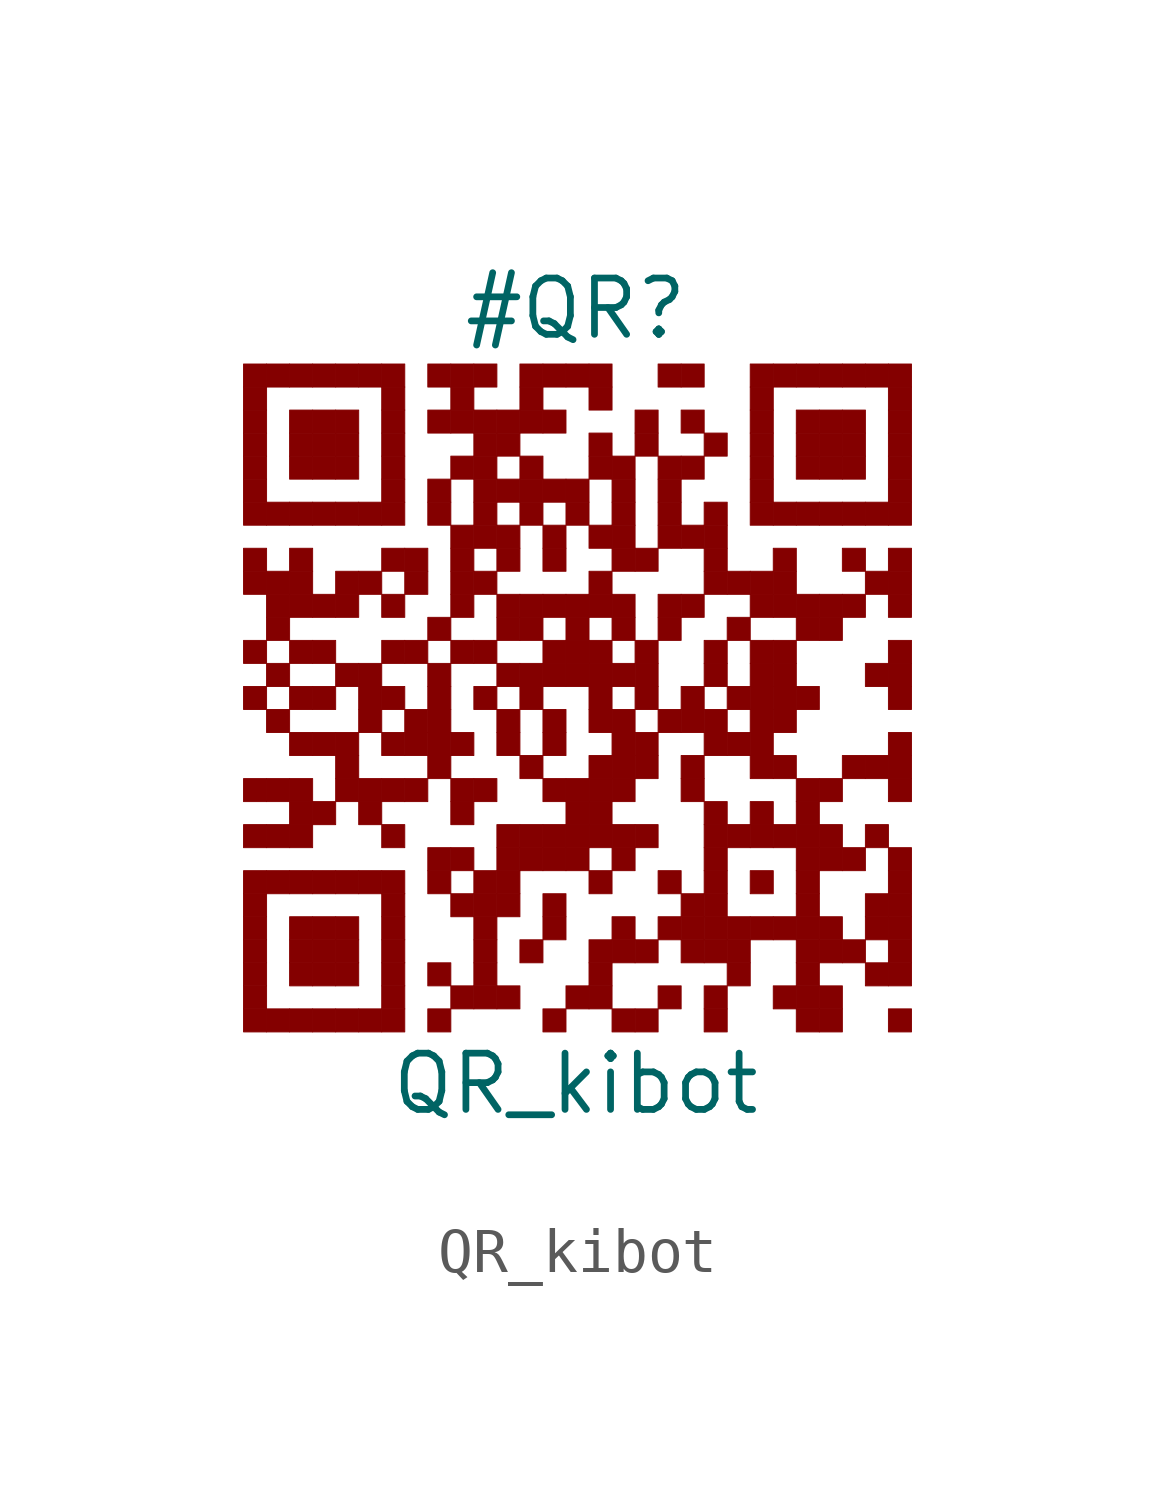
<source format=kicad_sym>
(kicad_symbol_lib
  (version 20211014)
  (generator kibot)
  (symbol "QR_kibot"
    (pin_numbers hide)
    (pin_names hide)
    (property "Reference" "#QR"
      (at 0 8.75 0))
    (property "Value" "QR_kibot"
      (at 0 -8.75 0))
    (rectangle
      (start -7.5 7.5)
      (end -6.98 6.98)
      (stroke (width 0.001) (type default))
      (fill (type outline)))
    (rectangle
      (start -6.98 7.5)
      (end -6.46 6.98)
      (stroke (width 0.001) (type default))
      (fill (type outline)))
    (rectangle
      (start -6.46 7.5)
      (end -5.94 6.98)
      (stroke (width 0.001) (type default))
      (fill (type outline)))
    (rectangle
      (start -5.94 7.5)
      (end -5.42 6.98)
      (stroke (width 0.001) (type default))
      (fill (type outline)))
    (rectangle
      (start -5.42 7.5)
      (end -4.9 6.98)
      (stroke (width 0.001) (type default))
      (fill (type outline)))
    (rectangle
      (start -4.9 7.5)
      (end -4.38 6.98)
      (stroke (width 0.001) (type default))
      (fill (type outline)))
    (rectangle
      (start -4.38 7.5)
      (end -3.86 6.98)
      (stroke (width 0.001) (type default))
      (fill (type outline)))
    (rectangle
      (start -3.34 7.5)
      (end -2.82 6.98)
      (stroke (width 0.001) (type default))
      (fill (type outline)))
    (rectangle
      (start -2.82 7.5)
      (end -2.3 6.98)
      (stroke (width 0.001) (type default))
      (fill (type outline)))
    (rectangle
      (start -2.3 7.5)
      (end -1.78 6.98)
      (stroke (width 0.001) (type default))
      (fill (type outline)))
    (rectangle
      (start -1.26 7.5)
      (end -0.74 6.98)
      (stroke (width 0.001) (type default))
      (fill (type outline)))
    (rectangle
      (start -0.74 7.5)
      (end -0.22 6.98)
      (stroke (width 0.001) (type default))
      (fill (type outline)))
    (rectangle
      (start -0.22 7.5)
      (end 0.3 6.98)
      (stroke (width 0.001) (type default))
      (fill (type outline)))
    (rectangle
      (start 0.3 7.5)
      (end 0.82 6.98)
      (stroke (width 0.001) (type default))
      (fill (type outline)))
    (rectangle
      (start 1.86 7.5)
      (end 2.38 6.98)
      (stroke (width 0.001) (type default))
      (fill (type outline)))
    (rectangle
      (start 2.38 7.5)
      (end 2.9 6.98)
      (stroke (width 0.001) (type default))
      (fill (type outline)))
    (rectangle
      (start 3.94 7.5)
      (end 4.46 6.98)
      (stroke (width 0.001) (type default))
      (fill (type outline)))
    (rectangle
      (start 4.46 7.5)
      (end 4.98 6.98)
      (stroke (width 0.001) (type default))
      (fill (type outline)))
    (rectangle
      (start 4.98 7.5)
      (end 5.5 6.98)
      (stroke (width 0.001) (type default))
      (fill (type outline)))
    (rectangle
      (start 5.5 7.5)
      (end 6.02 6.98)
      (stroke (width 0.001) (type default))
      (fill (type outline)))
    (rectangle
      (start 6.02 7.5)
      (end 6.54 6.98)
      (stroke (width 0.001) (type default))
      (fill (type outline)))
    (rectangle
      (start 6.54 7.5)
      (end 7.06 6.98)
      (stroke (width 0.001) (type default))
      (fill (type outline)))
    (rectangle
      (start 7.06 7.5)
      (end 7.58 6.98)
      (stroke (width 0.001) (type default))
      (fill (type outline)))
    (rectangle
      (start -7.5 6.98)
      (end -6.98 6.46)
      (stroke (width 0.001) (type default))
      (fill (type outline)))
    (rectangle
      (start -4.38 6.98)
      (end -3.86 6.46)
      (stroke (width 0.001) (type default))
      (fill (type outline)))
    (rectangle
      (start -2.82 6.98)
      (end -2.3 6.46)
      (stroke (width 0.001) (type default))
      (fill (type outline)))
    (rectangle
      (start -1.26 6.98)
      (end -0.74 6.46)
      (stroke (width 0.001) (type default))
      (fill (type outline)))
    (rectangle
      (start 0.3 6.98)
      (end 0.82 6.46)
      (stroke (width 0.001) (type default))
      (fill (type outline)))
    (rectangle
      (start 3.94 6.98)
      (end 4.46 6.46)
      (stroke (width 0.001) (type default))
      (fill (type outline)))
    (rectangle
      (start 7.06 6.98)
      (end 7.58 6.46)
      (stroke (width 0.001) (type default))
      (fill (type outline)))
    (rectangle
      (start -7.5 6.46)
      (end -6.98 5.94)
      (stroke (width 0.001) (type default))
      (fill (type outline)))
    (rectangle
      (start -6.46 6.46)
      (end -5.94 5.94)
      (stroke (width 0.001) (type default))
      (fill (type outline)))
    (rectangle
      (start -5.94 6.46)
      (end -5.42 5.94)
      (stroke (width 0.001) (type default))
      (fill (type outline)))
    (rectangle
      (start -5.42 6.46)
      (end -4.9 5.94)
      (stroke (width 0.001) (type default))
      (fill (type outline)))
    (rectangle
      (start -4.38 6.46)
      (end -3.86 5.94)
      (stroke (width 0.001) (type default))
      (fill (type outline)))
    (rectangle
      (start -3.34 6.46)
      (end -2.82 5.94)
      (stroke (width 0.001) (type default))
      (fill (type outline)))
    (rectangle
      (start -2.82 6.46)
      (end -2.3 5.94)
      (stroke (width 0.001) (type default))
      (fill (type outline)))
    (rectangle
      (start -2.3 6.46)
      (end -1.78 5.94)
      (stroke (width 0.001) (type default))
      (fill (type outline)))
    (rectangle
      (start -1.78 6.46)
      (end -1.26 5.94)
      (stroke (width 0.001) (type default))
      (fill (type outline)))
    (rectangle
      (start -1.26 6.46)
      (end -0.74 5.94)
      (stroke (width 0.001) (type default))
      (fill (type outline)))
    (rectangle
      (start -0.74 6.46)
      (end -0.22 5.94)
      (stroke (width 0.001) (type default))
      (fill (type outline)))
    (rectangle
      (start 1.34 6.46)
      (end 1.86 5.94)
      (stroke (width 0.001) (type default))
      (fill (type outline)))
    (rectangle
      (start 2.38 6.46)
      (end 2.9 5.94)
      (stroke (width 0.001) (type default))
      (fill (type outline)))
    (rectangle
      (start 3.94 6.46)
      (end 4.46 5.94)
      (stroke (width 0.001) (type default))
      (fill (type outline)))
    (rectangle
      (start 4.98 6.46)
      (end 5.5 5.94)
      (stroke (width 0.001) (type default))
      (fill (type outline)))
    (rectangle
      (start 5.5 6.46)
      (end 6.02 5.94)
      (stroke (width 0.001) (type default))
      (fill (type outline)))
    (rectangle
      (start 6.02 6.46)
      (end 6.54 5.94)
      (stroke (width 0.001) (type default))
      (fill (type outline)))
    (rectangle
      (start 7.06 6.46)
      (end 7.58 5.94)
      (stroke (width 0.001) (type default))
      (fill (type outline)))
    (rectangle
      (start -7.5 5.94)
      (end -6.98 5.42)
      (stroke (width 0.001) (type default))
      (fill (type outline)))
    (rectangle
      (start -6.46 5.94)
      (end -5.94 5.42)
      (stroke (width 0.001) (type default))
      (fill (type outline)))
    (rectangle
      (start -5.94 5.94)
      (end -5.42 5.42)
      (stroke (width 0.001) (type default))
      (fill (type outline)))
    (rectangle
      (start -5.42 5.94)
      (end -4.9 5.42)
      (stroke (width 0.001) (type default))
      (fill (type outline)))
    (rectangle
      (start -4.38 5.94)
      (end -3.86 5.42)
      (stroke (width 0.001) (type default))
      (fill (type outline)))
    (rectangle
      (start -2.3 5.94)
      (end -1.78 5.42)
      (stroke (width 0.001) (type default))
      (fill (type outline)))
    (rectangle
      (start -1.78 5.94)
      (end -1.26 5.42)
      (stroke (width 0.001) (type default))
      (fill (type outline)))
    (rectangle
      (start 0.3 5.94)
      (end 0.82 5.42)
      (stroke (width 0.001) (type default))
      (fill (type outline)))
    (rectangle
      (start 1.34 5.94)
      (end 1.86 5.42)
      (stroke (width 0.001) (type default))
      (fill (type outline)))
    (rectangle
      (start 2.9 5.94)
      (end 3.42 5.42)
      (stroke (width 0.001) (type default))
      (fill (type outline)))
    (rectangle
      (start 3.94 5.94)
      (end 4.46 5.42)
      (stroke (width 0.001) (type default))
      (fill (type outline)))
    (rectangle
      (start 4.98 5.94)
      (end 5.5 5.42)
      (stroke (width 0.001) (type default))
      (fill (type outline)))
    (rectangle
      (start 5.5 5.94)
      (end 6.02 5.42)
      (stroke (width 0.001) (type default))
      (fill (type outline)))
    (rectangle
      (start 6.02 5.94)
      (end 6.54 5.42)
      (stroke (width 0.001) (type default))
      (fill (type outline)))
    (rectangle
      (start 7.06 5.94)
      (end 7.58 5.42)
      (stroke (width 0.001) (type default))
      (fill (type outline)))
    (rectangle
      (start -7.5 5.42)
      (end -6.98 4.9)
      (stroke (width 0.001) (type default))
      (fill (type outline)))
    (rectangle
      (start -6.46 5.42)
      (end -5.94 4.9)
      (stroke (width 0.001) (type default))
      (fill (type outline)))
    (rectangle
      (start -5.94 5.42)
      (end -5.42 4.9)
      (stroke (width 0.001) (type default))
      (fill (type outline)))
    (rectangle
      (start -5.42 5.42)
      (end -4.9 4.9)
      (stroke (width 0.001) (type default))
      (fill (type outline)))
    (rectangle
      (start -4.38 5.42)
      (end -3.86 4.9)
      (stroke (width 0.001) (type default))
      (fill (type outline)))
    (rectangle
      (start -2.82 5.42)
      (end -2.3 4.9)
      (stroke (width 0.001) (type default))
      (fill (type outline)))
    (rectangle
      (start -2.3 5.42)
      (end -1.78 4.9)
      (stroke (width 0.001) (type default))
      (fill (type outline)))
    (rectangle
      (start -1.26 5.42)
      (end -0.74 4.9)
      (stroke (width 0.001) (type default))
      (fill (type outline)))
    (rectangle
      (start 0.3 5.42)
      (end 0.82 4.9)
      (stroke (width 0.001) (type default))
      (fill (type outline)))
    (rectangle
      (start 0.82 5.42)
      (end 1.34 4.9)
      (stroke (width 0.001) (type default))
      (fill (type outline)))
    (rectangle
      (start 1.86 5.42)
      (end 2.38 4.9)
      (stroke (width 0.001) (type default))
      (fill (type outline)))
    (rectangle
      (start 2.38 5.42)
      (end 2.9 4.9)
      (stroke (width 0.001) (type default))
      (fill (type outline)))
    (rectangle
      (start 3.94 5.42)
      (end 4.46 4.9)
      (stroke (width 0.001) (type default))
      (fill (type outline)))
    (rectangle
      (start 4.98 5.42)
      (end 5.5 4.9)
      (stroke (width 0.001) (type default))
      (fill (type outline)))
    (rectangle
      (start 5.5 5.42)
      (end 6.02 4.9)
      (stroke (width 0.001) (type default))
      (fill (type outline)))
    (rectangle
      (start 6.02 5.42)
      (end 6.54 4.9)
      (stroke (width 0.001) (type default))
      (fill (type outline)))
    (rectangle
      (start 7.06 5.42)
      (end 7.58 4.9)
      (stroke (width 0.001) (type default))
      (fill (type outline)))
    (rectangle
      (start -7.5 4.9)
      (end -6.98 4.38)
      (stroke (width 0.001) (type default))
      (fill (type outline)))
    (rectangle
      (start -4.38 4.9)
      (end -3.86 4.38)
      (stroke (width 0.001) (type default))
      (fill (type outline)))
    (rectangle
      (start -3.34 4.9)
      (end -2.82 4.38)
      (stroke (width 0.001) (type default))
      (fill (type outline)))
    (rectangle
      (start -2.3 4.9)
      (end -1.78 4.38)
      (stroke (width 0.001) (type default))
      (fill (type outline)))
    (rectangle
      (start -1.78 4.9)
      (end -1.26 4.38)
      (stroke (width 0.001) (type default))
      (fill (type outline)))
    (rectangle
      (start -1.26 4.9)
      (end -0.74 4.38)
      (stroke (width 0.001) (type default))
      (fill (type outline)))
    (rectangle
      (start -0.74 4.9)
      (end -0.22 4.38)
      (stroke (width 0.001) (type default))
      (fill (type outline)))
    (rectangle
      (start -0.22 4.9)
      (end 0.3 4.38)
      (stroke (width 0.001) (type default))
      (fill (type outline)))
    (rectangle
      (start 0.82 4.9)
      (end 1.34 4.38)
      (stroke (width 0.001) (type default))
      (fill (type outline)))
    (rectangle
      (start 1.86 4.9)
      (end 2.38 4.38)
      (stroke (width 0.001) (type default))
      (fill (type outline)))
    (rectangle
      (start 3.94 4.9)
      (end 4.46 4.38)
      (stroke (width 0.001) (type default))
      (fill (type outline)))
    (rectangle
      (start 7.06 4.9)
      (end 7.58 4.38)
      (stroke (width 0.001) (type default))
      (fill (type outline)))
    (rectangle
      (start -7.5 4.38)
      (end -6.98 3.86)
      (stroke (width 0.001) (type default))
      (fill (type outline)))
    (rectangle
      (start -6.98 4.38)
      (end -6.46 3.86)
      (stroke (width 0.001) (type default))
      (fill (type outline)))
    (rectangle
      (start -6.46 4.38)
      (end -5.94 3.86)
      (stroke (width 0.001) (type default))
      (fill (type outline)))
    (rectangle
      (start -5.94 4.38)
      (end -5.42 3.86)
      (stroke (width 0.001) (type default))
      (fill (type outline)))
    (rectangle
      (start -5.42 4.38)
      (end -4.9 3.86)
      (stroke (width 0.001) (type default))
      (fill (type outline)))
    (rectangle
      (start -4.9 4.38)
      (end -4.38 3.86)
      (stroke (width 0.001) (type default))
      (fill (type outline)))
    (rectangle
      (start -4.38 4.38)
      (end -3.86 3.86)
      (stroke (width 0.001) (type default))
      (fill (type outline)))
    (rectangle
      (start -3.34 4.38)
      (end -2.82 3.86)
      (stroke (width 0.001) (type default))
      (fill (type outline)))
    (rectangle
      (start -2.3 4.38)
      (end -1.78 3.86)
      (stroke (width 0.001) (type default))
      (fill (type outline)))
    (rectangle
      (start -1.26 4.38)
      (end -0.74 3.86)
      (stroke (width 0.001) (type default))
      (fill (type outline)))
    (rectangle
      (start -0.22 4.38)
      (end 0.3 3.86)
      (stroke (width 0.001) (type default))
      (fill (type outline)))
    (rectangle
      (start 0.82 4.38)
      (end 1.34 3.86)
      (stroke (width 0.001) (type default))
      (fill (type outline)))
    (rectangle
      (start 1.86 4.38)
      (end 2.38 3.86)
      (stroke (width 0.001) (type default))
      (fill (type outline)))
    (rectangle
      (start 2.9 4.38)
      (end 3.42 3.86)
      (stroke (width 0.001) (type default))
      (fill (type outline)))
    (rectangle
      (start 3.94 4.38)
      (end 4.46 3.86)
      (stroke (width 0.001) (type default))
      (fill (type outline)))
    (rectangle
      (start 4.46 4.38)
      (end 4.98 3.86)
      (stroke (width 0.001) (type default))
      (fill (type outline)))
    (rectangle
      (start 4.98 4.38)
      (end 5.5 3.86)
      (stroke (width 0.001) (type default))
      (fill (type outline)))
    (rectangle
      (start 5.5 4.38)
      (end 6.02 3.86)
      (stroke (width 0.001) (type default))
      (fill (type outline)))
    (rectangle
      (start 6.02 4.38)
      (end 6.54 3.86)
      (stroke (width 0.001) (type default))
      (fill (type outline)))
    (rectangle
      (start 6.54 4.38)
      (end 7.06 3.86)
      (stroke (width 0.001) (type default))
      (fill (type outline)))
    (rectangle
      (start 7.06 4.38)
      (end 7.58 3.86)
      (stroke (width 0.001) (type default))
      (fill (type outline)))
    (rectangle
      (start -2.82 3.86)
      (end -2.3 3.34)
      (stroke (width 0.001) (type default))
      (fill (type outline)))
    (rectangle
      (start -2.3 3.86)
      (end -1.78 3.34)
      (stroke (width 0.001) (type default))
      (fill (type outline)))
    (rectangle
      (start -1.78 3.86)
      (end -1.26 3.34)
      (stroke (width 0.001) (type default))
      (fill (type outline)))
    (rectangle
      (start -0.74 3.86)
      (end -0.22 3.34)
      (stroke (width 0.001) (type default))
      (fill (type outline)))
    (rectangle
      (start 0.3 3.86)
      (end 0.82 3.34)
      (stroke (width 0.001) (type default))
      (fill (type outline)))
    (rectangle
      (start 0.82 3.86)
      (end 1.34 3.34)
      (stroke (width 0.001) (type default))
      (fill (type outline)))
    (rectangle
      (start 1.86 3.86)
      (end 2.38 3.34)
      (stroke (width 0.001) (type default))
      (fill (type outline)))
    (rectangle
      (start 2.38 3.86)
      (end 2.9 3.34)
      (stroke (width 0.001) (type default))
      (fill (type outline)))
    (rectangle
      (start 2.9 3.86)
      (end 3.42 3.34)
      (stroke (width 0.001) (type default))
      (fill (type outline)))
    (rectangle
      (start -7.5 3.34)
      (end -6.98 2.82)
      (stroke (width 0.001) (type default))
      (fill (type outline)))
    (rectangle
      (start -6.46 3.34)
      (end -5.94 2.82)
      (stroke (width 0.001) (type default))
      (fill (type outline)))
    (rectangle
      (start -4.38 3.34)
      (end -3.86 2.82)
      (stroke (width 0.001) (type default))
      (fill (type outline)))
    (rectangle
      (start -3.86 3.34)
      (end -3.34 2.82)
      (stroke (width 0.001) (type default))
      (fill (type outline)))
    (rectangle
      (start -2.82 3.34)
      (end -2.3 2.82)
      (stroke (width 0.001) (type default))
      (fill (type outline)))
    (rectangle
      (start -1.78 3.34)
      (end -1.26 2.82)
      (stroke (width 0.001) (type default))
      (fill (type outline)))
    (rectangle
      (start -0.74 3.34)
      (end -0.22 2.82)
      (stroke (width 0.001) (type default))
      (fill (type outline)))
    (rectangle
      (start 0.82 3.34)
      (end 1.34 2.82)
      (stroke (width 0.001) (type default))
      (fill (type outline)))
    (rectangle
      (start 1.34 3.34)
      (end 1.86 2.82)
      (stroke (width 0.001) (type default))
      (fill (type outline)))
    (rectangle
      (start 2.9 3.34)
      (end 3.42 2.82)
      (stroke (width 0.001) (type default))
      (fill (type outline)))
    (rectangle
      (start 4.46 3.34)
      (end 4.98 2.82)
      (stroke (width 0.001) (type default))
      (fill (type outline)))
    (rectangle
      (start 6.02 3.34)
      (end 6.54 2.82)
      (stroke (width 0.001) (type default))
      (fill (type outline)))
    (rectangle
      (start 7.06 3.34)
      (end 7.58 2.82)
      (stroke (width 0.001) (type default))
      (fill (type outline)))
    (rectangle
      (start -7.5 2.82)
      (end -6.98 2.3)
      (stroke (width 0.001) (type default))
      (fill (type outline)))
    (rectangle
      (start -6.98 2.82)
      (end -6.46 2.3)
      (stroke (width 0.001) (type default))
      (fill (type outline)))
    (rectangle
      (start -6.46 2.82)
      (end -5.94 2.3)
      (stroke (width 0.001) (type default))
      (fill (type outline)))
    (rectangle
      (start -5.42 2.82)
      (end -4.9 2.3)
      (stroke (width 0.001) (type default))
      (fill (type outline)))
    (rectangle
      (start -4.9 2.82)
      (end -4.38 2.3)
      (stroke (width 0.001) (type default))
      (fill (type outline)))
    (rectangle
      (start -3.86 2.82)
      (end -3.34 2.3)
      (stroke (width 0.001) (type default))
      (fill (type outline)))
    (rectangle
      (start -2.82 2.82)
      (end -2.3 2.3)
      (stroke (width 0.001) (type default))
      (fill (type outline)))
    (rectangle
      (start -2.3 2.82)
      (end -1.78 2.3)
      (stroke (width 0.001) (type default))
      (fill (type outline)))
    (rectangle
      (start 0.3 2.82)
      (end 0.82 2.3)
      (stroke (width 0.001) (type default))
      (fill (type outline)))
    (rectangle
      (start 2.9 2.82)
      (end 3.42 2.3)
      (stroke (width 0.001) (type default))
      (fill (type outline)))
    (rectangle
      (start 3.42 2.82)
      (end 3.94 2.3)
      (stroke (width 0.001) (type default))
      (fill (type outline)))
    (rectangle
      (start 3.94 2.82)
      (end 4.46 2.3)
      (stroke (width 0.001) (type default))
      (fill (type outline)))
    (rectangle
      (start 4.46 2.82)
      (end 4.98 2.3)
      (stroke (width 0.001) (type default))
      (fill (type outline)))
    (rectangle
      (start 6.54 2.82)
      (end 7.06 2.3)
      (stroke (width 0.001) (type default))
      (fill (type outline)))
    (rectangle
      (start 7.06 2.82)
      (end 7.58 2.3)
      (stroke (width 0.001) (type default))
      (fill (type outline)))
    (rectangle
      (start -6.98 2.3)
      (end -6.46 1.78)
      (stroke (width 0.001) (type default))
      (fill (type outline)))
    (rectangle
      (start -6.46 2.3)
      (end -5.94 1.78)
      (stroke (width 0.001) (type default))
      (fill (type outline)))
    (rectangle
      (start -5.94 2.3)
      (end -5.42 1.78)
      (stroke (width 0.001) (type default))
      (fill (type outline)))
    (rectangle
      (start -5.42 2.3)
      (end -4.9 1.78)
      (stroke (width 0.001) (type default))
      (fill (type outline)))
    (rectangle
      (start -4.38 2.3)
      (end -3.86 1.78)
      (stroke (width 0.001) (type default))
      (fill (type outline)))
    (rectangle
      (start -2.82 2.3)
      (end -2.3 1.78)
      (stroke (width 0.001) (type default))
      (fill (type outline)))
    (rectangle
      (start -1.78 2.3)
      (end -1.26 1.78)
      (stroke (width 0.001) (type default))
      (fill (type outline)))
    (rectangle
      (start -1.26 2.3)
      (end -0.74 1.78)
      (stroke (width 0.001) (type default))
      (fill (type outline)))
    (rectangle
      (start -0.74 2.3)
      (end -0.22 1.78)
      (stroke (width 0.001) (type default))
      (fill (type outline)))
    (rectangle
      (start -0.22 2.3)
      (end 0.3 1.78)
      (stroke (width 0.001) (type default))
      (fill (type outline)))
    (rectangle
      (start 0.3 2.3)
      (end 0.82 1.78)
      (stroke (width 0.001) (type default))
      (fill (type outline)))
    (rectangle
      (start 0.82 2.3)
      (end 1.34 1.78)
      (stroke (width 0.001) (type default))
      (fill (type outline)))
    (rectangle
      (start 1.86 2.3)
      (end 2.38 1.78)
      (stroke (width 0.001) (type default))
      (fill (type outline)))
    (rectangle
      (start 2.38 2.3)
      (end 2.9 1.78)
      (stroke (width 0.001) (type default))
      (fill (type outline)))
    (rectangle
      (start 3.94 2.3)
      (end 4.46 1.78)
      (stroke (width 0.001) (type default))
      (fill (type outline)))
    (rectangle
      (start 4.46 2.3)
      (end 4.98 1.78)
      (stroke (width 0.001) (type default))
      (fill (type outline)))
    (rectangle
      (start 4.98 2.3)
      (end 5.5 1.78)
      (stroke (width 0.001) (type default))
      (fill (type outline)))
    (rectangle
      (start 5.5 2.3)
      (end 6.02 1.78)
      (stroke (width 0.001) (type default))
      (fill (type outline)))
    (rectangle
      (start 6.02 2.3)
      (end 6.54 1.78)
      (stroke (width 0.001) (type default))
      (fill (type outline)))
    (rectangle
      (start 7.06 2.3)
      (end 7.58 1.78)
      (stroke (width 0.001) (type default))
      (fill (type outline)))
    (rectangle
      (start -6.98 1.78)
      (end -6.46 1.26)
      (stroke (width 0.001) (type default))
      (fill (type outline)))
    (rectangle
      (start -3.34 1.78)
      (end -2.82 1.26)
      (stroke (width 0.001) (type default))
      (fill (type outline)))
    (rectangle
      (start -1.78 1.78)
      (end -1.26 1.26)
      (stroke (width 0.001) (type default))
      (fill (type outline)))
    (rectangle
      (start -1.26 1.78)
      (end -0.74 1.26)
      (stroke (width 0.001) (type default))
      (fill (type outline)))
    (rectangle
      (start -0.22 1.78)
      (end 0.3 1.26)
      (stroke (width 0.001) (type default))
      (fill (type outline)))
    (rectangle
      (start 0.82 1.78)
      (end 1.34 1.26)
      (stroke (width 0.001) (type default))
      (fill (type outline)))
    (rectangle
      (start 1.86 1.78)
      (end 2.38 1.26)
      (stroke (width 0.001) (type default))
      (fill (type outline)))
    (rectangle
      (start 3.42 1.78)
      (end 3.94 1.26)
      (stroke (width 0.001) (type default))
      (fill (type outline)))
    (rectangle
      (start 4.98 1.78)
      (end 5.5 1.26)
      (stroke (width 0.001) (type default))
      (fill (type outline)))
    (rectangle
      (start 5.5 1.78)
      (end 6.02 1.26)
      (stroke (width 0.001) (type default))
      (fill (type outline)))
    (rectangle
      (start -7.5 1.26)
      (end -6.98 0.74)
      (stroke (width 0.001) (type default))
      (fill (type outline)))
    (rectangle
      (start -6.46 1.26)
      (end -5.94 0.74)
      (stroke (width 0.001) (type default))
      (fill (type outline)))
    (rectangle
      (start -5.94 1.26)
      (end -5.42 0.74)
      (stroke (width 0.001) (type default))
      (fill (type outline)))
    (rectangle
      (start -4.38 1.26)
      (end -3.86 0.74)
      (stroke (width 0.001) (type default))
      (fill (type outline)))
    (rectangle
      (start -3.86 1.26)
      (end -3.34 0.74)
      (stroke (width 0.001) (type default))
      (fill (type outline)))
    (rectangle
      (start -2.82 1.26)
      (end -2.3 0.74)
      (stroke (width 0.001) (type default))
      (fill (type outline)))
    (rectangle
      (start -2.3 1.26)
      (end -1.78 0.74)
      (stroke (width 0.001) (type default))
      (fill (type outline)))
    (rectangle
      (start -0.74 1.26)
      (end -0.22 0.74)
      (stroke (width 0.001) (type default))
      (fill (type outline)))
    (rectangle
      (start -0.22 1.26)
      (end 0.3 0.74)
      (stroke (width 0.001) (type default))
      (fill (type outline)))
    (rectangle
      (start 0.3 1.26)
      (end 0.82 0.74)
      (stroke (width 0.001) (type default))
      (fill (type outline)))
    (rectangle
      (start 1.34 1.26)
      (end 1.86 0.74)
      (stroke (width 0.001) (type default))
      (fill (type outline)))
    (rectangle
      (start 2.9 1.26)
      (end 3.42 0.74)
      (stroke (width 0.001) (type default))
      (fill (type outline)))
    (rectangle
      (start 3.94 1.26)
      (end 4.46 0.74)
      (stroke (width 0.001) (type default))
      (fill (type outline)))
    (rectangle
      (start 4.46 1.26)
      (end 4.98 0.74)
      (stroke (width 0.001) (type default))
      (fill (type outline)))
    (rectangle
      (start 7.06 1.26)
      (end 7.58 0.74)
      (stroke (width 0.001) (type default))
      (fill (type outline)))
    (rectangle
      (start -6.98 0.74)
      (end -6.46 0.22)
      (stroke (width 0.001) (type default))
      (fill (type outline)))
    (rectangle
      (start -5.42 0.74)
      (end -4.9 0.22)
      (stroke (width 0.001) (type default))
      (fill (type outline)))
    (rectangle
      (start -4.9 0.74)
      (end -4.38 0.22)
      (stroke (width 0.001) (type default))
      (fill (type outline)))
    (rectangle
      (start -3.34 0.74)
      (end -2.82 0.22)
      (stroke (width 0.001) (type default))
      (fill (type outline)))
    (rectangle
      (start -1.78 0.74)
      (end -1.26 0.22)
      (stroke (width 0.001) (type default))
      (fill (type outline)))
    (rectangle
      (start -1.26 0.74)
      (end -0.74 0.22)
      (stroke (width 0.001) (type default))
      (fill (type outline)))
    (rectangle
      (start -0.74 0.74)
      (end -0.22 0.22)
      (stroke (width 0.001) (type default))
      (fill (type outline)))
    (rectangle
      (start -0.22 0.74)
      (end 0.3 0.22)
      (stroke (width 0.001) (type default))
      (fill (type outline)))
    (rectangle
      (start 0.3 0.74)
      (end 0.82 0.22)
      (stroke (width 0.001) (type default))
      (fill (type outline)))
    (rectangle
      (start 0.82 0.74)
      (end 1.34 0.22)
      (stroke (width 0.001) (type default))
      (fill (type outline)))
    (rectangle
      (start 1.34 0.74)
      (end 1.86 0.22)
      (stroke (width 0.001) (type default))
      (fill (type outline)))
    (rectangle
      (start 2.9 0.74)
      (end 3.42 0.22)
      (stroke (width 0.001) (type default))
      (fill (type outline)))
    (rectangle
      (start 3.94 0.74)
      (end 4.46 0.22)
      (stroke (width 0.001) (type default))
      (fill (type outline)))
    (rectangle
      (start 4.46 0.74)
      (end 4.98 0.22)
      (stroke (width 0.001) (type default))
      (fill (type outline)))
    (rectangle
      (start 6.54 0.74)
      (end 7.06 0.22)
      (stroke (width 0.001) (type default))
      (fill (type outline)))
    (rectangle
      (start 7.06 0.74)
      (end 7.58 0.22)
      (stroke (width 0.001) (type default))
      (fill (type outline)))
    (rectangle
      (start -7.5 0.22)
      (end -6.98 -0.3)
      (stroke (width 0.001) (type default))
      (fill (type outline)))
    (rectangle
      (start -6.46 0.22)
      (end -5.94 -0.3)
      (stroke (width 0.001) (type default))
      (fill (type outline)))
    (rectangle
      (start -5.94 0.22)
      (end -5.42 -0.3)
      (stroke (width 0.001) (type default))
      (fill (type outline)))
    (rectangle
      (start -4.9 0.22)
      (end -4.38 -0.3)
      (stroke (width 0.001) (type default))
      (fill (type outline)))
    (rectangle
      (start -4.38 0.22)
      (end -3.86 -0.3)
      (stroke (width 0.001) (type default))
      (fill (type outline)))
    (rectangle
      (start -3.34 0.22)
      (end -2.82 -0.3)
      (stroke (width 0.001) (type default))
      (fill (type outline)))
    (rectangle
      (start -2.3 0.22)
      (end -1.78 -0.3)
      (stroke (width 0.001) (type default))
      (fill (type outline)))
    (rectangle
      (start -1.26 0.22)
      (end -0.74 -0.3)
      (stroke (width 0.001) (type default))
      (fill (type outline)))
    (rectangle
      (start 0.3 0.22)
      (end 0.82 -0.3)
      (stroke (width 0.001) (type default))
      (fill (type outline)))
    (rectangle
      (start 1.34 0.22)
      (end 1.86 -0.3)
      (stroke (width 0.001) (type default))
      (fill (type outline)))
    (rectangle
      (start 2.38 0.22)
      (end 2.9 -0.3)
      (stroke (width 0.001) (type default))
      (fill (type outline)))
    (rectangle
      (start 3.42 0.22)
      (end 3.94 -0.3)
      (stroke (width 0.001) (type default))
      (fill (type outline)))
    (rectangle
      (start 3.94 0.22)
      (end 4.46 -0.3)
      (stroke (width 0.001) (type default))
      (fill (type outline)))
    (rectangle
      (start 4.46 0.22)
      (end 4.98 -0.3)
      (stroke (width 0.001) (type default))
      (fill (type outline)))
    (rectangle
      (start 4.98 0.22)
      (end 5.5 -0.3)
      (stroke (width 0.001) (type default))
      (fill (type outline)))
    (rectangle
      (start 7.06 0.22)
      (end 7.58 -0.3)
      (stroke (width 0.001) (type default))
      (fill (type outline)))
    (rectangle
      (start -6.98 -0.3)
      (end -6.46 -0.82)
      (stroke (width 0.001) (type default))
      (fill (type outline)))
    (rectangle
      (start -4.9 -0.3)
      (end -4.38 -0.82)
      (stroke (width 0.001) (type default))
      (fill (type outline)))
    (rectangle
      (start -3.86 -0.3)
      (end -3.34 -0.82)
      (stroke (width 0.001) (type default))
      (fill (type outline)))
    (rectangle
      (start -3.34 -0.3)
      (end -2.82 -0.82)
      (stroke (width 0.001) (type default))
      (fill (type outline)))
    (rectangle
      (start -1.78 -0.3)
      (end -1.26 -0.82)
      (stroke (width 0.001) (type default))
      (fill (type outline)))
    (rectangle
      (start -0.74 -0.3)
      (end -0.22 -0.82)
      (stroke (width 0.001) (type default))
      (fill (type outline)))
    (rectangle
      (start 0.3 -0.3)
      (end 0.82 -0.82)
      (stroke (width 0.001) (type default))
      (fill (type outline)))
    (rectangle
      (start 0.82 -0.3)
      (end 1.34 -0.82)
      (stroke (width 0.001) (type default))
      (fill (type outline)))
    (rectangle
      (start 1.86 -0.3)
      (end 2.38 -0.82)
      (stroke (width 0.001) (type default))
      (fill (type outline)))
    (rectangle
      (start 2.38 -0.3)
      (end 2.9 -0.82)
      (stroke (width 0.001) (type default))
      (fill (type outline)))
    (rectangle
      (start 2.9 -0.3)
      (end 3.42 -0.82)
      (stroke (width 0.001) (type default))
      (fill (type outline)))
    (rectangle
      (start 3.94 -0.3)
      (end 4.46 -0.82)
      (stroke (width 0.001) (type default))
      (fill (type outline)))
    (rectangle
      (start 4.46 -0.3)
      (end 4.98 -0.82)
      (stroke (width 0.001) (type default))
      (fill (type outline)))
    (rectangle
      (start -6.46 -0.82)
      (end -5.94 -1.34)
      (stroke (width 0.001) (type default))
      (fill (type outline)))
    (rectangle
      (start -5.94 -0.82)
      (end -5.42 -1.34)
      (stroke (width 0.001) (type default))
      (fill (type outline)))
    (rectangle
      (start -5.42 -0.82)
      (end -4.9 -1.34)
      (stroke (width 0.001) (type default))
      (fill (type outline)))
    (rectangle
      (start -4.38 -0.82)
      (end -3.86 -1.34)
      (stroke (width 0.001) (type default))
      (fill (type outline)))
    (rectangle
      (start -3.86 -0.82)
      (end -3.34 -1.34)
      (stroke (width 0.001) (type default))
      (fill (type outline)))
    (rectangle
      (start -3.34 -0.82)
      (end -2.82 -1.34)
      (stroke (width 0.001) (type default))
      (fill (type outline)))
    (rectangle
      (start -2.82 -0.82)
      (end -2.3 -1.34)
      (stroke (width 0.001) (type default))
      (fill (type outline)))
    (rectangle
      (start -1.78 -0.82)
      (end -1.26 -1.34)
      (stroke (width 0.001) (type default))
      (fill (type outline)))
    (rectangle
      (start -0.74 -0.82)
      (end -0.22 -1.34)
      (stroke (width 0.001) (type default))
      (fill (type outline)))
    (rectangle
      (start 0.82 -0.82)
      (end 1.34 -1.34)
      (stroke (width 0.001) (type default))
      (fill (type outline)))
    (rectangle
      (start 1.34 -0.82)
      (end 1.86 -1.34)
      (stroke (width 0.001) (type default))
      (fill (type outline)))
    (rectangle
      (start 2.9 -0.82)
      (end 3.42 -1.34)
      (stroke (width 0.001) (type default))
      (fill (type outline)))
    (rectangle
      (start 3.42 -0.82)
      (end 3.94 -1.34)
      (stroke (width 0.001) (type default))
      (fill (type outline)))
    (rectangle
      (start 3.94 -0.82)
      (end 4.46 -1.34)
      (stroke (width 0.001) (type default))
      (fill (type outline)))
    (rectangle
      (start 7.06 -0.82)
      (end 7.58 -1.34)
      (stroke (width 0.001) (type default))
      (fill (type outline)))
    (rectangle
      (start -5.42 -1.34)
      (end -4.9 -1.86)
      (stroke (width 0.001) (type default))
      (fill (type outline)))
    (rectangle
      (start -3.34 -1.34)
      (end -2.82 -1.86)
      (stroke (width 0.001) (type default))
      (fill (type outline)))
    (rectangle
      (start -1.26 -1.34)
      (end -0.74 -1.86)
      (stroke (width 0.001) (type default))
      (fill (type outline)))
    (rectangle
      (start 0.3 -1.34)
      (end 0.82 -1.86)
      (stroke (width 0.001) (type default))
      (fill (type outline)))
    (rectangle
      (start 0.82 -1.34)
      (end 1.34 -1.86)
      (stroke (width 0.001) (type default))
      (fill (type outline)))
    (rectangle
      (start 1.34 -1.34)
      (end 1.86 -1.86)
      (stroke (width 0.001) (type default))
      (fill (type outline)))
    (rectangle
      (start 2.38 -1.34)
      (end 2.9 -1.86)
      (stroke (width 0.001) (type default))
      (fill (type outline)))
    (rectangle
      (start 3.94 -1.34)
      (end 4.46 -1.86)
      (stroke (width 0.001) (type default))
      (fill (type outline)))
    (rectangle
      (start 4.46 -1.34)
      (end 4.98 -1.86)
      (stroke (width 0.001) (type default))
      (fill (type outline)))
    (rectangle
      (start 6.02 -1.34)
      (end 6.54 -1.86)
      (stroke (width 0.001) (type default))
      (fill (type outline)))
    (rectangle
      (start 6.54 -1.34)
      (end 7.06 -1.86)
      (stroke (width 0.001) (type default))
      (fill (type outline)))
    (rectangle
      (start 7.06 -1.34)
      (end 7.58 -1.86)
      (stroke (width 0.001) (type default))
      (fill (type outline)))
    (rectangle
      (start -7.5 -1.86)
      (end -6.98 -2.38)
      (stroke (width 0.001) (type default))
      (fill (type outline)))
    (rectangle
      (start -6.98 -1.86)
      (end -6.46 -2.38)
      (stroke (width 0.001) (type default))
      (fill (type outline)))
    (rectangle
      (start -6.46 -1.86)
      (end -5.94 -2.38)
      (stroke (width 0.001) (type default))
      (fill (type outline)))
    (rectangle
      (start -5.42 -1.86)
      (end -4.9 -2.38)
      (stroke (width 0.001) (type default))
      (fill (type outline)))
    (rectangle
      (start -4.9 -1.86)
      (end -4.38 -2.38)
      (stroke (width 0.001) (type default))
      (fill (type outline)))
    (rectangle
      (start -4.38 -1.86)
      (end -3.86 -2.38)
      (stroke (width 0.001) (type default))
      (fill (type outline)))
    (rectangle
      (start -3.86 -1.86)
      (end -3.34 -2.38)
      (stroke (width 0.001) (type default))
      (fill (type outline)))
    (rectangle
      (start -2.82 -1.86)
      (end -2.3 -2.38)
      (stroke (width 0.001) (type default))
      (fill (type outline)))
    (rectangle
      (start -2.3 -1.86)
      (end -1.78 -2.38)
      (stroke (width 0.001) (type default))
      (fill (type outline)))
    (rectangle
      (start -0.74 -1.86)
      (end -0.22 -2.38)
      (stroke (width 0.001) (type default))
      (fill (type outline)))
    (rectangle
      (start -0.22 -1.86)
      (end 0.3 -2.38)
      (stroke (width 0.001) (type default))
      (fill (type outline)))
    (rectangle
      (start 0.3 -1.86)
      (end 0.82 -2.38)
      (stroke (width 0.001) (type default))
      (fill (type outline)))
    (rectangle
      (start 0.82 -1.86)
      (end 1.34 -2.38)
      (stroke (width 0.001) (type default))
      (fill (type outline)))
    (rectangle
      (start 2.38 -1.86)
      (end 2.9 -2.38)
      (stroke (width 0.001) (type default))
      (fill (type outline)))
    (rectangle
      (start 4.98 -1.86)
      (end 5.5 -2.38)
      (stroke (width 0.001) (type default))
      (fill (type outline)))
    (rectangle
      (start 5.5 -1.86)
      (end 6.02 -2.38)
      (stroke (width 0.001) (type default))
      (fill (type outline)))
    (rectangle
      (start 7.06 -1.86)
      (end 7.58 -2.38)
      (stroke (width 0.001) (type default))
      (fill (type outline)))
    (rectangle
      (start -6.46 -2.38)
      (end -5.94 -2.9)
      (stroke (width 0.001) (type default))
      (fill (type outline)))
    (rectangle
      (start -5.94 -2.38)
      (end -5.42 -2.9)
      (stroke (width 0.001) (type default))
      (fill (type outline)))
    (rectangle
      (start -4.9 -2.38)
      (end -4.38 -2.9)
      (stroke (width 0.001) (type default))
      (fill (type outline)))
    (rectangle
      (start -2.82 -2.38)
      (end -2.3 -2.9)
      (stroke (width 0.001) (type default))
      (fill (type outline)))
    (rectangle
      (start -0.22 -2.38)
      (end 0.3 -2.9)
      (stroke (width 0.001) (type default))
      (fill (type outline)))
    (rectangle
      (start 0.3 -2.38)
      (end 0.82 -2.9)
      (stroke (width 0.001) (type default))
      (fill (type outline)))
    (rectangle
      (start 2.9 -2.38)
      (end 3.42 -2.9)
      (stroke (width 0.001) (type default))
      (fill (type outline)))
    (rectangle
      (start 3.94 -2.38)
      (end 4.46 -2.9)
      (stroke (width 0.001) (type default))
      (fill (type outline)))
    (rectangle
      (start 4.98 -2.38)
      (end 5.5 -2.9)
      (stroke (width 0.001) (type default))
      (fill (type outline)))
    (rectangle
      (start -7.5 -2.9)
      (end -6.98 -3.42)
      (stroke (width 0.001) (type default))
      (fill (type outline)))
    (rectangle
      (start -6.98 -2.9)
      (end -6.46 -3.42)
      (stroke (width 0.001) (type default))
      (fill (type outline)))
    (rectangle
      (start -6.46 -2.9)
      (end -5.94 -3.42)
      (stroke (width 0.001) (type default))
      (fill (type outline)))
    (rectangle
      (start -4.38 -2.9)
      (end -3.86 -3.42)
      (stroke (width 0.001) (type default))
      (fill (type outline)))
    (rectangle
      (start -1.78 -2.9)
      (end -1.26 -3.42)
      (stroke (width 0.001) (type default))
      (fill (type outline)))
    (rectangle
      (start -1.26 -2.9)
      (end -0.74 -3.42)
      (stroke (width 0.001) (type default))
      (fill (type outline)))
    (rectangle
      (start -0.74 -2.9)
      (end -0.22 -3.42)
      (stroke (width 0.001) (type default))
      (fill (type outline)))
    (rectangle
      (start -0.22 -2.9)
      (end 0.3 -3.42)
      (stroke (width 0.001) (type default))
      (fill (type outline)))
    (rectangle
      (start 0.3 -2.9)
      (end 0.82 -3.42)
      (stroke (width 0.001) (type default))
      (fill (type outline)))
    (rectangle
      (start 0.82 -2.9)
      (end 1.34 -3.42)
      (stroke (width 0.001) (type default))
      (fill (type outline)))
    (rectangle
      (start 1.34 -2.9)
      (end 1.86 -3.42)
      (stroke (width 0.001) (type default))
      (fill (type outline)))
    (rectangle
      (start 2.9 -2.9)
      (end 3.42 -3.42)
      (stroke (width 0.001) (type default))
      (fill (type outline)))
    (rectangle
      (start 3.42 -2.9)
      (end 3.94 -3.42)
      (stroke (width 0.001) (type default))
      (fill (type outline)))
    (rectangle
      (start 3.94 -2.9)
      (end 4.46 -3.42)
      (stroke (width 0.001) (type default))
      (fill (type outline)))
    (rectangle
      (start 4.46 -2.9)
      (end 4.98 -3.42)
      (stroke (width 0.001) (type default))
      (fill (type outline)))
    (rectangle
      (start 4.98 -2.9)
      (end 5.5 -3.42)
      (stroke (width 0.001) (type default))
      (fill (type outline)))
    (rectangle
      (start 5.5 -2.9)
      (end 6.02 -3.42)
      (stroke (width 0.001) (type default))
      (fill (type outline)))
    (rectangle
      (start 6.54 -2.9)
      (end 7.06 -3.42)
      (stroke (width 0.001) (type default))
      (fill (type outline)))
    (rectangle
      (start -3.34 -3.42)
      (end -2.82 -3.94)
      (stroke (width 0.001) (type default))
      (fill (type outline)))
    (rectangle
      (start -2.82 -3.42)
      (end -2.3 -3.94)
      (stroke (width 0.001) (type default))
      (fill (type outline)))
    (rectangle
      (start -1.78 -3.42)
      (end -1.26 -3.94)
      (stroke (width 0.001) (type default))
      (fill (type outline)))
    (rectangle
      (start -1.26 -3.42)
      (end -0.74 -3.94)
      (stroke (width 0.001) (type default))
      (fill (type outline)))
    (rectangle
      (start -0.74 -3.42)
      (end -0.22 -3.94)
      (stroke (width 0.001) (type default))
      (fill (type outline)))
    (rectangle
      (start -0.22 -3.42)
      (end 0.3 -3.94)
      (stroke (width 0.001) (type default))
      (fill (type outline)))
    (rectangle
      (start 0.82 -3.42)
      (end 1.34 -3.94)
      (stroke (width 0.001) (type default))
      (fill (type outline)))
    (rectangle
      (start 2.9 -3.42)
      (end 3.42 -3.94)
      (stroke (width 0.001) (type default))
      (fill (type outline)))
    (rectangle
      (start 4.98 -3.42)
      (end 5.5 -3.94)
      (stroke (width 0.001) (type default))
      (fill (type outline)))
    (rectangle
      (start 5.5 -3.42)
      (end 6.02 -3.94)
      (stroke (width 0.001) (type default))
      (fill (type outline)))
    (rectangle
      (start 6.02 -3.42)
      (end 6.54 -3.94)
      (stroke (width 0.001) (type default))
      (fill (type outline)))
    (rectangle
      (start 7.06 -3.42)
      (end 7.58 -3.94)
      (stroke (width 0.001) (type default))
      (fill (type outline)))
    (rectangle
      (start -7.5 -3.94)
      (end -6.98 -4.46)
      (stroke (width 0.001) (type default))
      (fill (type outline)))
    (rectangle
      (start -6.98 -3.94)
      (end -6.46 -4.46)
      (stroke (width 0.001) (type default))
      (fill (type outline)))
    (rectangle
      (start -6.46 -3.94)
      (end -5.94 -4.46)
      (stroke (width 0.001) (type default))
      (fill (type outline)))
    (rectangle
      (start -5.94 -3.94)
      (end -5.42 -4.46)
      (stroke (width 0.001) (type default))
      (fill (type outline)))
    (rectangle
      (start -5.42 -3.94)
      (end -4.9 -4.46)
      (stroke (width 0.001) (type default))
      (fill (type outline)))
    (rectangle
      (start -4.9 -3.94)
      (end -4.38 -4.46)
      (stroke (width 0.001) (type default))
      (fill (type outline)))
    (rectangle
      (start -4.38 -3.94)
      (end -3.86 -4.46)
      (stroke (width 0.001) (type default))
      (fill (type outline)))
    (rectangle
      (start -3.34 -3.94)
      (end -2.82 -4.46)
      (stroke (width 0.001) (type default))
      (fill (type outline)))
    (rectangle
      (start -2.3 -3.94)
      (end -1.78 -4.46)
      (stroke (width 0.001) (type default))
      (fill (type outline)))
    (rectangle
      (start -1.78 -3.94)
      (end -1.26 -4.46)
      (stroke (width 0.001) (type default))
      (fill (type outline)))
    (rectangle
      (start 0.3 -3.94)
      (end 0.82 -4.46)
      (stroke (width 0.001) (type default))
      (fill (type outline)))
    (rectangle
      (start 1.86 -3.94)
      (end 2.38 -4.46)
      (stroke (width 0.001) (type default))
      (fill (type outline)))
    (rectangle
      (start 2.9 -3.94)
      (end 3.42 -4.46)
      (stroke (width 0.001) (type default))
      (fill (type outline)))
    (rectangle
      (start 3.94 -3.94)
      (end 4.46 -4.46)
      (stroke (width 0.001) (type default))
      (fill (type outline)))
    (rectangle
      (start 4.98 -3.94)
      (end 5.5 -4.46)
      (stroke (width 0.001) (type default))
      (fill (type outline)))
    (rectangle
      (start 7.06 -3.94)
      (end 7.58 -4.46)
      (stroke (width 0.001) (type default))
      (fill (type outline)))
    (rectangle
      (start -7.5 -4.46)
      (end -6.98 -4.98)
      (stroke (width 0.001) (type default))
      (fill (type outline)))
    (rectangle
      (start -4.38 -4.46)
      (end -3.86 -4.98)
      (stroke (width 0.001) (type default))
      (fill (type outline)))
    (rectangle
      (start -2.82 -4.46)
      (end -2.3 -4.98)
      (stroke (width 0.001) (type default))
      (fill (type outline)))
    (rectangle
      (start -2.3 -4.46)
      (end -1.78 -4.98)
      (stroke (width 0.001) (type default))
      (fill (type outline)))
    (rectangle
      (start -1.78 -4.46)
      (end -1.26 -4.98)
      (stroke (width 0.001) (type default))
      (fill (type outline)))
    (rectangle
      (start -0.74 -4.46)
      (end -0.22 -4.98)
      (stroke (width 0.001) (type default))
      (fill (type outline)))
    (rectangle
      (start 2.38 -4.46)
      (end 2.9 -4.98)
      (stroke (width 0.001) (type default))
      (fill (type outline)))
    (rectangle
      (start 2.9 -4.46)
      (end 3.42 -4.98)
      (stroke (width 0.001) (type default))
      (fill (type outline)))
    (rectangle
      (start 4.98 -4.46)
      (end 5.5 -4.98)
      (stroke (width 0.001) (type default))
      (fill (type outline)))
    (rectangle
      (start 6.54 -4.46)
      (end 7.06 -4.98)
      (stroke (width 0.001) (type default))
      (fill (type outline)))
    (rectangle
      (start 7.06 -4.46)
      (end 7.58 -4.98)
      (stroke (width 0.001) (type default))
      (fill (type outline)))
    (rectangle
      (start -7.5 -4.98)
      (end -6.98 -5.5)
      (stroke (width 0.001) (type default))
      (fill (type outline)))
    (rectangle
      (start -6.46 -4.98)
      (end -5.94 -5.5)
      (stroke (width 0.001) (type default))
      (fill (type outline)))
    (rectangle
      (start -5.94 -4.98)
      (end -5.42 -5.5)
      (stroke (width 0.001) (type default))
      (fill (type outline)))
    (rectangle
      (start -5.42 -4.98)
      (end -4.9 -5.5)
      (stroke (width 0.001) (type default))
      (fill (type outline)))
    (rectangle
      (start -4.38 -4.98)
      (end -3.86 -5.5)
      (stroke (width 0.001) (type default))
      (fill (type outline)))
    (rectangle
      (start -2.3 -4.98)
      (end -1.78 -5.5)
      (stroke (width 0.001) (type default))
      (fill (type outline)))
    (rectangle
      (start -0.74 -4.98)
      (end -0.22 -5.5)
      (stroke (width 0.001) (type default))
      (fill (type outline)))
    (rectangle
      (start 0.82 -4.98)
      (end 1.34 -5.5)
      (stroke (width 0.001) (type default))
      (fill (type outline)))
    (rectangle
      (start 1.86 -4.98)
      (end 2.38 -5.5)
      (stroke (width 0.001) (type default))
      (fill (type outline)))
    (rectangle
      (start 2.38 -4.98)
      (end 2.9 -5.5)
      (stroke (width 0.001) (type default))
      (fill (type outline)))
    (rectangle
      (start 2.9 -4.98)
      (end 3.42 -5.5)
      (stroke (width 0.001) (type default))
      (fill (type outline)))
    (rectangle
      (start 3.42 -4.98)
      (end 3.94 -5.5)
      (stroke (width 0.001) (type default))
      (fill (type outline)))
    (rectangle
      (start 3.94 -4.98)
      (end 4.46 -5.5)
      (stroke (width 0.001) (type default))
      (fill (type outline)))
    (rectangle
      (start 4.46 -4.98)
      (end 4.98 -5.5)
      (stroke (width 0.001) (type default))
      (fill (type outline)))
    (rectangle
      (start 4.98 -4.98)
      (end 5.5 -5.5)
      (stroke (width 0.001) (type default))
      (fill (type outline)))
    (rectangle
      (start 5.5 -4.98)
      (end 6.02 -5.5)
      (stroke (width 0.001) (type default))
      (fill (type outline)))
    (rectangle
      (start 6.54 -4.98)
      (end 7.06 -5.5)
      (stroke (width 0.001) (type default))
      (fill (type outline)))
    (rectangle
      (start 7.06 -4.98)
      (end 7.58 -5.5)
      (stroke (width 0.001) (type default))
      (fill (type outline)))
    (rectangle
      (start -7.5 -5.5)
      (end -6.98 -6.02)
      (stroke (width 0.001) (type default))
      (fill (type outline)))
    (rectangle
      (start -6.46 -5.5)
      (end -5.94 -6.02)
      (stroke (width 0.001) (type default))
      (fill (type outline)))
    (rectangle
      (start -5.94 -5.5)
      (end -5.42 -6.02)
      (stroke (width 0.001) (type default))
      (fill (type outline)))
    (rectangle
      (start -5.42 -5.5)
      (end -4.9 -6.02)
      (stroke (width 0.001) (type default))
      (fill (type outline)))
    (rectangle
      (start -4.38 -5.5)
      (end -3.86 -6.02)
      (stroke (width 0.001) (type default))
      (fill (type outline)))
    (rectangle
      (start -2.3 -5.5)
      (end -1.78 -6.02)
      (stroke (width 0.001) (type default))
      (fill (type outline)))
    (rectangle
      (start -1.26 -5.5)
      (end -0.74 -6.02)
      (stroke (width 0.001) (type default))
      (fill (type outline)))
    (rectangle
      (start 0.3 -5.5)
      (end 0.82 -6.02)
      (stroke (width 0.001) (type default))
      (fill (type outline)))
    (rectangle
      (start 0.82 -5.5)
      (end 1.34 -6.02)
      (stroke (width 0.001) (type default))
      (fill (type outline)))
    (rectangle
      (start 1.34 -5.5)
      (end 1.86 -6.02)
      (stroke (width 0.001) (type default))
      (fill (type outline)))
    (rectangle
      (start 2.38 -5.5)
      (end 2.9 -6.02)
      (stroke (width 0.001) (type default))
      (fill (type outline)))
    (rectangle
      (start 2.9 -5.5)
      (end 3.42 -6.02)
      (stroke (width 0.001) (type default))
      (fill (type outline)))
    (rectangle
      (start 3.42 -5.5)
      (end 3.94 -6.02)
      (stroke (width 0.001) (type default))
      (fill (type outline)))
    (rectangle
      (start 4.98 -5.5)
      (end 5.5 -6.02)
      (stroke (width 0.001) (type default))
      (fill (type outline)))
    (rectangle
      (start 5.5 -5.5)
      (end 6.02 -6.02)
      (stroke (width 0.001) (type default))
      (fill (type outline)))
    (rectangle
      (start 6.02 -5.5)
      (end 6.54 -6.02)
      (stroke (width 0.001) (type default))
      (fill (type outline)))
    (rectangle
      (start 7.06 -5.5)
      (end 7.58 -6.02)
      (stroke (width 0.001) (type default))
      (fill (type outline)))
    (rectangle
      (start -7.5 -6.02)
      (end -6.98 -6.54)
      (stroke (width 0.001) (type default))
      (fill (type outline)))
    (rectangle
      (start -6.46 -6.02)
      (end -5.94 -6.54)
      (stroke (width 0.001) (type default))
      (fill (type outline)))
    (rectangle
      (start -5.94 -6.02)
      (end -5.42 -6.54)
      (stroke (width 0.001) (type default))
      (fill (type outline)))
    (rectangle
      (start -5.42 -6.02)
      (end -4.9 -6.54)
      (stroke (width 0.001) (type default))
      (fill (type outline)))
    (rectangle
      (start -4.38 -6.02)
      (end -3.86 -6.54)
      (stroke (width 0.001) (type default))
      (fill (type outline)))
    (rectangle
      (start -3.34 -6.02)
      (end -2.82 -6.54)
      (stroke (width 0.001) (type default))
      (fill (type outline)))
    (rectangle
      (start -2.3 -6.02)
      (end -1.78 -6.54)
      (stroke (width 0.001) (type default))
      (fill (type outline)))
    (rectangle
      (start 0.3 -6.02)
      (end 0.82 -6.54)
      (stroke (width 0.001) (type default))
      (fill (type outline)))
    (rectangle
      (start 3.42 -6.02)
      (end 3.94 -6.54)
      (stroke (width 0.001) (type default))
      (fill (type outline)))
    (rectangle
      (start 4.98 -6.02)
      (end 5.5 -6.54)
      (stroke (width 0.001) (type default))
      (fill (type outline)))
    (rectangle
      (start 6.54 -6.02)
      (end 7.06 -6.54)
      (stroke (width 0.001) (type default))
      (fill (type outline)))
    (rectangle
      (start 7.06 -6.02)
      (end 7.58 -6.54)
      (stroke (width 0.001) (type default))
      (fill (type outline)))
    (rectangle
      (start -7.5 -6.54)
      (end -6.98 -7.06)
      (stroke (width 0.001) (type default))
      (fill (type outline)))
    (rectangle
      (start -4.38 -6.54)
      (end -3.86 -7.06)
      (stroke (width 0.001) (type default))
      (fill (type outline)))
    (rectangle
      (start -2.82 -6.54)
      (end -2.3 -7.06)
      (stroke (width 0.001) (type default))
      (fill (type outline)))
    (rectangle
      (start -2.3 -6.54)
      (end -1.78 -7.06)
      (stroke (width 0.001) (type default))
      (fill (type outline)))
    (rectangle
      (start -1.78 -6.54)
      (end -1.26 -7.06)
      (stroke (width 0.001) (type default))
      (fill (type outline)))
    (rectangle
      (start -0.22 -6.54)
      (end 0.3 -7.06)
      (stroke (width 0.001) (type default))
      (fill (type outline)))
    (rectangle
      (start 0.3 -6.54)
      (end 0.82 -7.06)
      (stroke (width 0.001) (type default))
      (fill (type outline)))
    (rectangle
      (start 1.86 -6.54)
      (end 2.38 -7.06)
      (stroke (width 0.001) (type default))
      (fill (type outline)))
    (rectangle
      (start 2.9 -6.54)
      (end 3.42 -7.06)
      (stroke (width 0.001) (type default))
      (fill (type outline)))
    (rectangle
      (start 4.46 -6.54)
      (end 4.98 -7.06)
      (stroke (width 0.001) (type default))
      (fill (type outline)))
    (rectangle
      (start 4.98 -6.54)
      (end 5.5 -7.06)
      (stroke (width 0.001) (type default))
      (fill (type outline)))
    (rectangle
      (start 5.5 -6.54)
      (end 6.02 -7.06)
      (stroke (width 0.001) (type default))
      (fill (type outline)))
    (rectangle
      (start -7.5 -7.06)
      (end -6.98 -7.58)
      (stroke (width 0.001) (type default))
      (fill (type outline)))
    (rectangle
      (start -6.98 -7.06)
      (end -6.46 -7.58)
      (stroke (width 0.001) (type default))
      (fill (type outline)))
    (rectangle
      (start -6.46 -7.06)
      (end -5.94 -7.58)
      (stroke (width 0.001) (type default))
      (fill (type outline)))
    (rectangle
      (start -5.94 -7.06)
      (end -5.42 -7.58)
      (stroke (width 0.001) (type default))
      (fill (type outline)))
    (rectangle
      (start -5.42 -7.06)
      (end -4.9 -7.58)
      (stroke (width 0.001) (type default))
      (fill (type outline)))
    (rectangle
      (start -4.9 -7.06)
      (end -4.38 -7.58)
      (stroke (width 0.001) (type default))
      (fill (type outline)))
    (rectangle
      (start -4.38 -7.06)
      (end -3.86 -7.58)
      (stroke (width 0.001) (type default))
      (fill (type outline)))
    (rectangle
      (start -3.34 -7.06)
      (end -2.82 -7.58)
      (stroke (width 0.001) (type default))
      (fill (type outline)))
    (rectangle
      (start -0.74 -7.06)
      (end -0.22 -7.58)
      (stroke (width 0.001) (type default))
      (fill (type outline)))
    (rectangle
      (start 0.82 -7.06)
      (end 1.34 -7.58)
      (stroke (width 0.001) (type default))
      (fill (type outline)))
    (rectangle
      (start 1.34 -7.06)
      (end 1.86 -7.58)
      (stroke (width 0.001) (type default))
      (fill (type outline)))
    (rectangle
      (start 2.9 -7.06)
      (end 3.42 -7.58)
      (stroke (width 0.001) (type default))
      (fill (type outline)))
    (rectangle
      (start 4.98 -7.06)
      (end 5.5 -7.58)
      (stroke (width 0.001) (type default))
      (fill (type outline)))
    (rectangle
      (start 5.5 -7.06)
      (end 6.02 -7.58)
      (stroke (width 0.001) (type default))
      (fill (type outline)))
    (rectangle
      (start 7.06 -7.06)
      (end 7.58 -7.58)
      (stroke (width 0.001) (type default))
      (fill (type outline)))))
</source>
